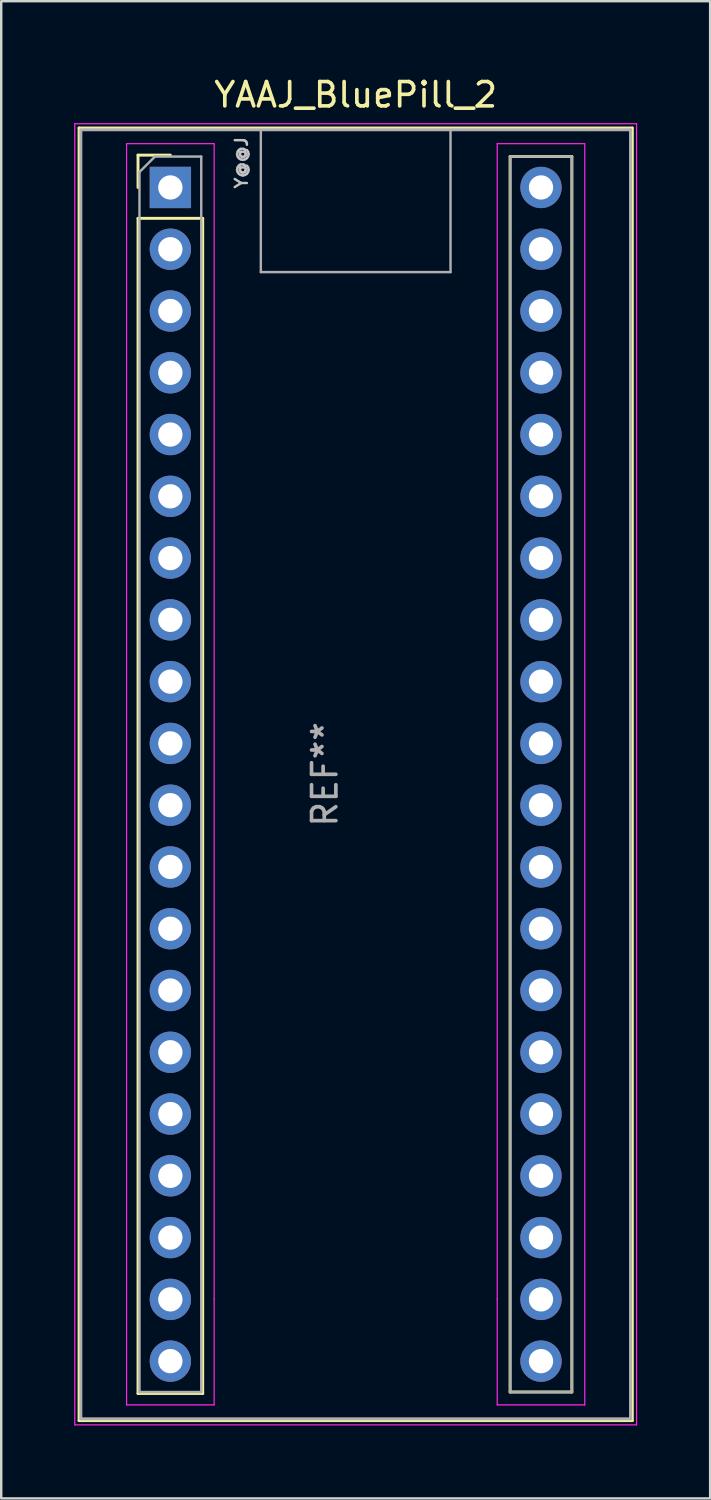
<source format=kicad_pcb>
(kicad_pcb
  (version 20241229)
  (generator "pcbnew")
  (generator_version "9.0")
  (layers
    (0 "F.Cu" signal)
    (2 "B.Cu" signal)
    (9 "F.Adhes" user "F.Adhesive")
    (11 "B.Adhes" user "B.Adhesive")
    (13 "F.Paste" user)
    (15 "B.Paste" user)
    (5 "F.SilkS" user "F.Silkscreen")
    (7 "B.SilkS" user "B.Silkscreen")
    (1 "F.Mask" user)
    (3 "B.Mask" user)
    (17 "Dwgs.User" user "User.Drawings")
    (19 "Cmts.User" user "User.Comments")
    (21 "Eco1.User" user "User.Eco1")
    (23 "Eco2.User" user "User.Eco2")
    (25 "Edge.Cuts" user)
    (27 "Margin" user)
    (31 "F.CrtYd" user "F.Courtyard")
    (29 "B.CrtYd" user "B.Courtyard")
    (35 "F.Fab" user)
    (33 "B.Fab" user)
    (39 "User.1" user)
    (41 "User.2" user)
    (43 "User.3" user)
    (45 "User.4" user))
  (footprint "YAAJ_BluePill_2"
    (layer "F.Cu")
    (at 3.955 4.658)
    (property "Reference" "YAAJ_BluePill_2" (at 7.62 -3.81 0) (layer "F.SilkS") (effects (font (size 1 1) (thickness 0.15))))
    (attr through_hole)
    (fp_line (start -3.755 -2.445) (end 18.995 -2.445) (stroke (width 0.12) (type solid)) (layer "F.SilkS"))
    (fp_line (start -3.755 50.705) (end -3.755 -2.445) (stroke (width 0.12) (type solid)) (layer "F.SilkS"))
    (fp_line (start -1.33 -1.33) (end 0 -1.33) (stroke (width 0.12) (type solid)) (layer "F.SilkS"))
    (fp_line (start -1.33 0) (end -1.33 -1.33) (stroke (width 0.12) (type solid)) (layer "F.SilkS"))
    (fp_line (start -1.33 1.27) (end 1.33 1.27) (stroke (width 0.12) (type solid)) (layer "F.SilkS"))
    (fp_line (start -1.33 49.59) (end -1.33 1.27) (stroke (width 0.12) (type solid)) (layer "F.SilkS"))
    (fp_line (start 1.33 1.27) (end 1.33 49.59) (stroke (width 0.12) (type solid)) (layer "F.SilkS"))
    (fp_line (start 1.33 49.59) (end -1.33 49.59) (stroke (width 0.12) (type solid)) (layer "F.SilkS"))
    (fp_line (start 13.97 -1.27) (end 16.51 -1.27) (stroke (width 0.12) (type solid)) (layer "F.SilkS"))
    (fp_line (start 13.97 49.53) (end 13.97 -1.27) (stroke (width 0.12) (type solid)) (layer "F.SilkS"))
    (fp_line (start 16.51 -1.27) (end 16.51 49.53) (stroke (width 0.12) (type solid)) (layer "F.SilkS"))
    (fp_line (start 16.51 49.53) (end 13.97 49.53) (stroke (width 0.12) (type solid)) (layer "F.SilkS"))
    (fp_line (start 18.995 -2.445) (end 18.995 50.705) (stroke (width 0.12) (type solid)) (layer "F.SilkS"))
    (fp_line (start 18.995 50.705) (end -3.755 50.705) (stroke (width 0.12) (type solid)) (layer "F.SilkS"))
    (fp_line (start -3.93 -2.62) (end 19.17 -2.62) (stroke (width 0.05) (type solid)) (layer "F.CrtYd"))
    (fp_line (start -3.93 50.88) (end -3.93 -2.62) (stroke (width 0.05) (type solid)) (layer "F.CrtYd"))
    (fp_line (start -1.8 -1.8) (end -1.8 50.06) (stroke (width 0.05) (type solid)) (layer "F.CrtYd"))
    (fp_line (start -1.8 50.06) (end 1.8 50.06) (stroke (width 0.05) (type solid)) (layer "F.CrtYd"))
    (fp_line (start 1.8 -1.8) (end -1.8 -1.8) (stroke (width 0.05) (type solid)) (layer "F.CrtYd"))
    (fp_line (start 1.8 -1.8) (end 1.8 45.72) (stroke (width 0.05) (type solid)) (layer "F.CrtYd"))
    (fp_line (start 1.8 45.72) (end 1.8 50.06) (stroke (width 0.05) (type solid)) (layer "F.CrtYd"))
    (fp_line (start 13.44 -1.8) (end 13.44 45.72) (stroke (width 0.05) (type solid)) (layer "F.CrtYd"))
    (fp_line (start 13.44 -1.8) (end 17.04 -1.8) (stroke (width 0.05) (type solid)) (layer "F.CrtYd"))
    (fp_line (start 13.44 45.72) (end 13.44 50.06) (stroke (width 0.05) (type solid)) (layer "F.CrtYd"))
    (fp_line (start 17.04 -1.8) (end 17.04 50.06) (stroke (width 0.05) (type solid)) (layer "F.CrtYd"))
    (fp_line (start 17.04 50.06) (end 13.44 50.06) (stroke (width 0.05) (type solid)) (layer "F.CrtYd"))
    (fp_line (start 19.17 -2.62) (end 19.17 50.88) (stroke (width 0.05) (type solid)) (layer "F.CrtYd"))
    (fp_line (start 19.17 50.88) (end -3.93 50.88) (stroke (width 0.05) (type solid)) (layer "F.CrtYd"))
    (fp_line (start -3.68 -2.37) (end 18.92 -2.37) (stroke (width 0.12) (type solid)) (layer "F.Fab"))
    (fp_line (start -3.68 50.63) (end -3.68 -2.32) (stroke (width 0.12) (type solid)) (layer "F.Fab"))
    (fp_line (start -3.68 50.63) (end 18.92 50.63) (stroke (width 0.12) (type solid)) (layer "F.Fab"))
    (fp_line (start -1.27 -0.635) (end -0.635 -1.27) (stroke (width 0.1) (type solid)) (layer "F.Fab"))
    (fp_line (start -1.27 49.53) (end -1.27 -0.635) (stroke (width 0.1) (type solid)) (layer "F.Fab"))
    (fp_line (start -0.635 -1.27) (end 1.27 -1.27) (stroke (width 0.1) (type solid)) (layer "F.Fab"))
    (fp_line (start 1.27 -1.27) (end 1.27 49.53) (stroke (width 0.1) (type solid)) (layer "F.Fab"))
    (fp_line (start 1.27 49.53) (end -1.27 49.53) (stroke (width 0.1) (type solid)) (layer "F.Fab"))
    (fp_line (start 3.72 3.48) (end 3.72 -2.32) (stroke (width 0.1) (type solid)) (layer "F.Fab"))
    (fp_line (start 3.72 3.48) (end 11.52 3.48) (stroke (width 0.1) (type solid)) (layer "F.Fab"))
    (fp_line (start 11.52 3.48) (end 11.52 -2.32) (stroke (width 0.1) (type solid)) (layer "F.Fab"))
    (fp_line (start 13.97 -1.27) (end 16.51 -1.27) (stroke (width 0.1) (type solid)) (layer "F.Fab"))
    (fp_line (start 13.97 49.53) (end 13.97 -1.27) (stroke (width 0.1) (type solid)) (layer "F.Fab"))
    (fp_line (start 16.51 -1.27) (end 16.51 49.53) (stroke (width 0.1) (type solid)) (layer "F.Fab"))
    (fp_line (start 16.51 49.53) (end 13.97 49.53) (stroke (width 0.1) (type solid)) (layer "F.Fab"))
    (fp_line (start 18.92 -2.37) (end 18.92 50.63) (stroke (width 0.12) (type solid)) (layer "F.Fab"))
    (fp_text user "Y@@J" (at 2.921 -1.016 90) (unlocked yes) (layer "Dwgs.User") (effects (font (size 0.5 0.5) (thickness 0.1))))
    (fp_text user "REF**" (at 6.35 24.13 90) (layer "F.Fab") (effects (font (size 1 1) (thickness 0.15))))
    (pad "1" thru_hole rect (at 0 0) (size 1.7 1.7) (drill 1) (layers "*.Cu" "*.Mask"))
    (pad "2" thru_hole circle (at 0 2.54) (size 1.7 1.7) (drill 1) (layers "*.Cu" "*.Mask"))
    (pad "3" thru_hole circle (at 0 5.08) (size 1.7 1.7) (drill 1) (layers "*.Cu" "*.Mask"))
    (pad "4" thru_hole circle (at 0 7.62) (size 1.7 1.7) (drill 1) (layers "*.Cu" "*.Mask"))
    (pad "5" thru_hole circle (at 0 10.16) (size 1.7 1.7) (drill 1) (layers "*.Cu" "*.Mask"))
    (pad "6" thru_hole circle (at 0 12.7) (size 1.7 1.7) (drill 1) (layers "*.Cu" "*.Mask"))
    (pad "7" thru_hole circle (at 0 15.24) (size 1.7 1.7) (drill 1) (layers "*.Cu" "*.Mask"))
    (pad "8" thru_hole circle (at 0 17.78) (size 1.7 1.7) (drill 1) (layers "*.Cu" "*.Mask"))
    (pad "9" thru_hole circle (at 0 20.32) (size 1.7 1.7) (drill 1) (layers "*.Cu" "*.Mask"))
    (pad "10" thru_hole circle (at 0 22.86) (size 1.7 1.7) (drill 1) (layers "*.Cu" "*.Mask"))
    (pad "11" thru_hole circle (at 0 25.4) (size 1.7 1.7) (drill 1) (layers "*.Cu" "*.Mask"))
    (pad "12" thru_hole circle (at 0 27.94) (size 1.7 1.7) (drill 1) (layers "*.Cu" "*.Mask"))
    (pad "13" thru_hole circle (at 0 30.48) (size 1.7 1.7) (drill 1) (layers "*.Cu" "*.Mask"))
    (pad "14" thru_hole circle (at 0 33.02) (size 1.7 1.7) (drill 1) (layers "*.Cu" "*.Mask"))
    (pad "15" thru_hole circle (at 0 35.56) (size 1.7 1.7) (drill 1) (layers "*.Cu" "*.Mask"))
    (pad "16" thru_hole circle (at 0 38.1) (size 1.7 1.7) (drill 1) (layers "*.Cu" "*.Mask"))
    (pad "17" thru_hole circle (at 0 40.64) (size 1.7 1.7) (drill 1) (layers "*.Cu" "*.Mask"))
    (pad "18" thru_hole circle (at 0 43.18) (size 1.7 1.7) (drill 1) (layers "*.Cu" "*.Mask"))
    (pad "19" thru_hole circle (at 0 45.72) (size 1.7 1.7) (drill 1) (layers "*.Cu" "*.Mask"))
    (pad "20" thru_hole circle (at 0 48.26) (size 1.7 1.7) (drill 1) (layers "*.Cu" "*.Mask"))
    (pad "21" thru_hole circle (at 15.24 48.26) (size 1.7 1.7) (drill 1) (layers "*.Cu" "*.Mask"))
    (pad "22" thru_hole circle (at 15.24 45.72) (size 1.7 1.7) (drill 1) (layers "*.Cu" "*.Mask"))
    (pad "23" thru_hole circle (at 15.24 43.18) (size 1.7 1.7) (drill 1) (layers "*.Cu" "*.Mask"))
    (pad "24" thru_hole circle (at 15.24 40.64) (size 1.7 1.7) (drill 1) (layers "*.Cu" "*.Mask"))
    (pad "25" thru_hole circle (at 15.24 38.1) (size 1.7 1.7) (drill 1) (layers "*.Cu" "*.Mask"))
    (pad "26" thru_hole circle (at 15.24 35.56) (size 1.7 1.7) (drill 1) (layers "*.Cu" "*.Mask"))
    (pad "27" thru_hole circle (at 15.24 33.02) (size 1.7 1.7) (drill 1) (layers "*.Cu" "*.Mask"))
    (pad "28" thru_hole circle (at 15.24 30.48) (size 1.7 1.7) (drill 1) (layers "*.Cu" "*.Mask"))
    (pad "29" thru_hole circle (at 15.24 27.94) (size 1.7 1.7) (drill 1) (layers "*.Cu" "*.Mask"))
    (pad "30" thru_hole circle (at 15.24 25.4) (size 1.7 1.7) (drill 1) (layers "*.Cu" "*.Mask"))
    (pad "31" thru_hole circle (at 15.24 22.86) (size 1.7 1.7) (drill 1) (layers "*.Cu" "*.Mask"))
    (pad "32" thru_hole circle (at 15.24 20.32) (size 1.7 1.7) (drill 1) (layers "*.Cu" "*.Mask"))
    (pad "33" thru_hole circle (at 15.24 17.78) (size 1.7 1.7) (drill 1) (layers "*.Cu" "*.Mask"))
    (pad "34" thru_hole circle (at 15.24 15.24) (size 1.7 1.7) (drill 1) (layers "*.Cu" "*.Mask"))
    (pad "35" thru_hole circle (at 15.24 12.7) (size 1.7 1.7) (drill 1) (layers "*.Cu" "*.Mask"))
    (pad "36" thru_hole circle (at 15.24 10.16) (size 1.7 1.7) (drill 1) (layers "*.Cu" "*.Mask"))
    (pad "37" thru_hole circle (at 15.24 7.62) (size 1.7 1.7) (drill 1) (layers "*.Cu" "*.Mask"))
    (pad "38" thru_hole circle (at 15.24 5.08) (size 1.7 1.7) (drill 1) (layers "*.Cu" "*.Mask"))
    (pad "39" thru_hole circle (at 15.24 2.54) (size 1.7 1.7) (drill 1) (layers "*.Cu" "*.Mask"))
    (pad "40" thru_hole circle (at 15.24 0) (size 1.7 1.7) (drill 1) (layers "*.Cu" "*.Mask")))
  (gr_rect
    (start -3 -3)
    (end 26.15 58.563)
    (stroke (width 0.1) (type default))
    (fill no)
    (layer "Edge.Cuts")))
</source>
